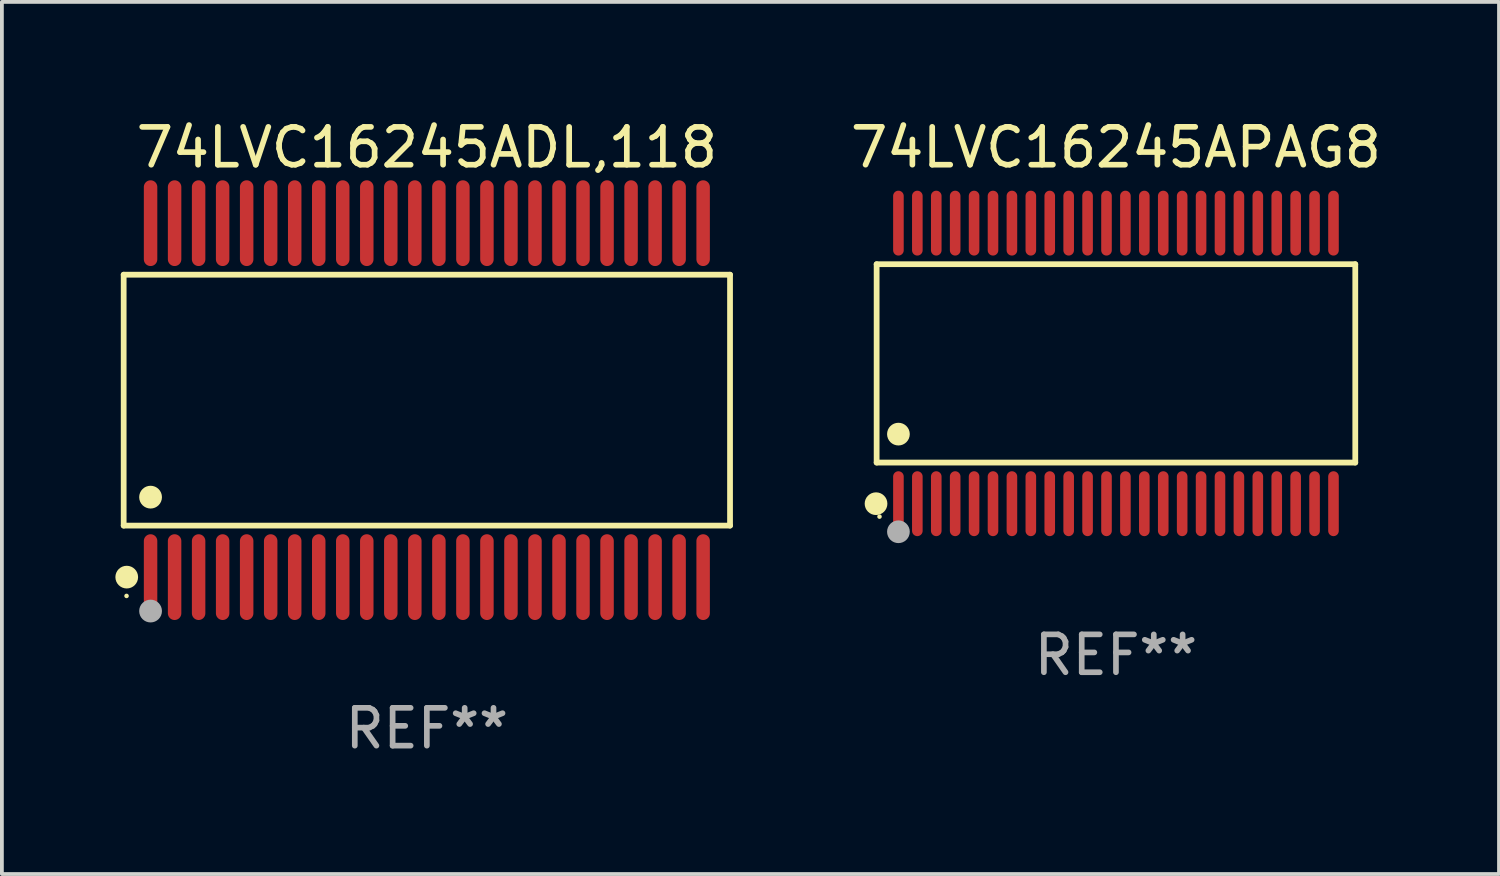
<source format=kicad_pcb>
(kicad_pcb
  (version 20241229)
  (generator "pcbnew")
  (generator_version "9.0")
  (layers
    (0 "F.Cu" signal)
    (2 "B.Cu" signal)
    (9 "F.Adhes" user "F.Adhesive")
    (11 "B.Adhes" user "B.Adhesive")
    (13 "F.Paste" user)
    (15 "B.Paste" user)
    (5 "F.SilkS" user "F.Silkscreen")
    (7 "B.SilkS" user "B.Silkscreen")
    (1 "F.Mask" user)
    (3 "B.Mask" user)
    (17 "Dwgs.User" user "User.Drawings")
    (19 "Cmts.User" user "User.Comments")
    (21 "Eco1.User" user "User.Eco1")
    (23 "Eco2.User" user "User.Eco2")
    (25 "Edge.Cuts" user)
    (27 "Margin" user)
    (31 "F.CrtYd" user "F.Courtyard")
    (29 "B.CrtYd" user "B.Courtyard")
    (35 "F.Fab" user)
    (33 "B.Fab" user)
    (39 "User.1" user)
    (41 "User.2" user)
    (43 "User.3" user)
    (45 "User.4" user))
  (footprint "74LVC16245ADL,118"
    (layer "F.Cu")
    (at 8.233 7.527)
    (property "Reference" "74LVC16245ADL,118" (at 0 -6.678 0) (layer "F.SilkS") (effects (font (size 1 1) (thickness 0.15))))
    (attr through_hole)
    (fp_line (start -8.014 -3.316) (end 8.014 -3.316) (stroke (width 0.152) (type solid)) (layer "F.SilkS"))
    (fp_line (start -8.014 3.316) (end -8.014 -3.316) (stroke (width 0.152) (type solid)) (layer "F.SilkS"))
    (fp_line (start 8.014 -3.316) (end 8.014 3.316) (stroke (width 0.152) (type solid)) (layer "F.SilkS"))
    (fp_line (start 8.014 3.316) (end -8.014 3.316) (stroke (width 0.152) (type solid)) (layer "F.SilkS"))
    (fp_circle (center -7.938 5.175) (end -7.908 5.175) (stroke (width 0.06) (type solid)) (fill no) (layer "F.SilkS"))
    (fp_circle (center -7.933 4.678) (end -7.783 4.678) (stroke (width 0.3) (type solid)) (fill no) (layer "F.SilkS"))
    (fp_circle (center -7.303 2.564) (end -7.152 2.564) (stroke (width 0.3) (type solid)) (fill no) (layer "F.SilkS"))
    (fp_circle (center -7.303 5.575) (end -7.152 5.575) (stroke (width 0.3) (type solid)) (fill no) (layer "F.Fab"))
    (fp_text user "REF**" (at 0 8.678 0) (layer "F.Fab") (effects (font (size 1 1) (thickness 0.15))))
    (pad "1" smd oval (at -7.303 4.678) (size 0.356 2.267) (layers "F.Cu" "F.Mask" "F.Paste"))
    (pad "2" smd oval (at -6.668 4.678) (size 0.356 2.267) (layers "F.Cu" "F.Mask" "F.Paste"))
    (pad "3" smd oval (at -6.033 4.678) (size 0.356 2.267) (layers "F.Cu" "F.Mask" "F.Paste"))
    (pad "4" smd oval (at -5.398 4.678) (size 0.356 2.267) (layers "F.Cu" "F.Mask" "F.Paste"))
    (pad "5" smd oval (at -4.763 4.678) (size 0.356 2.267) (layers "F.Cu" "F.Mask" "F.Paste"))
    (pad "6" smd oval (at -4.128 4.678) (size 0.356 2.267) (layers "F.Cu" "F.Mask" "F.Paste"))
    (pad "7" smd oval (at -3.493 4.678) (size 0.356 2.267) (layers "F.Cu" "F.Mask" "F.Paste"))
    (pad "8" smd oval (at -2.858 4.678) (size 0.356 2.267) (layers "F.Cu" "F.Mask" "F.Paste"))
    (pad "9" smd oval (at -2.223 4.678) (size 0.356 2.267) (layers "F.Cu" "F.Mask" "F.Paste"))
    (pad "10" smd oval (at -1.588 4.678) (size 0.356 2.267) (layers "F.Cu" "F.Mask" "F.Paste"))
    (pad "11" smd oval (at -0.953 4.678) (size 0.356 2.267) (layers "F.Cu" "F.Mask" "F.Paste"))
    (pad "12" smd oval (at -0.318 4.678) (size 0.356 2.267) (layers "F.Cu" "F.Mask" "F.Paste"))
    (pad "13" smd oval (at 0.318 4.678) (size 0.356 2.267) (layers "F.Cu" "F.Mask" "F.Paste"))
    (pad "14" smd oval (at 0.953 4.678) (size 0.356 2.267) (layers "F.Cu" "F.Mask" "F.Paste"))
    (pad "15" smd oval (at 1.588 4.678) (size 0.356 2.267) (layers "F.Cu" "F.Mask" "F.Paste"))
    (pad "16" smd oval (at 2.223 4.678) (size 0.356 2.267) (layers "F.Cu" "F.Mask" "F.Paste"))
    (pad "17" smd oval (at 2.858 4.678) (size 0.356 2.267) (layers "F.Cu" "F.Mask" "F.Paste"))
    (pad "18" smd oval (at 3.493 4.678) (size 0.356 2.267) (layers "F.Cu" "F.Mask" "F.Paste"))
    (pad "19" smd oval (at 4.128 4.678) (size 0.356 2.267) (layers "F.Cu" "F.Mask" "F.Paste"))
    (pad "20" smd oval (at 4.763 4.678) (size 0.356 2.267) (layers "F.Cu" "F.Mask" "F.Paste"))
    (pad "21" smd oval (at 5.398 4.678) (size 0.356 2.267) (layers "F.Cu" "F.Mask" "F.Paste"))
    (pad "22" smd oval (at 6.033 4.678) (size 0.356 2.267) (layers "F.Cu" "F.Mask" "F.Paste"))
    (pad "23" smd oval (at 6.668 4.678) (size 0.356 2.267) (layers "F.Cu" "F.Mask" "F.Paste"))
    (pad "24" smd oval (at 7.303 4.678) (size 0.356 2.267) (layers "F.Cu" "F.Mask" "F.Paste"))
    (pad "25" smd oval (at 7.303 -4.678) (size 0.356 2.267) (layers "F.Cu" "F.Mask" "F.Paste"))
    (pad "26" smd oval (at 6.668 -4.678) (size 0.356 2.267) (layers "F.Cu" "F.Mask" "F.Paste"))
    (pad "27" smd oval (at 6.033 -4.678) (size 0.356 2.267) (layers "F.Cu" "F.Mask" "F.Paste"))
    (pad "28" smd oval (at 5.398 -4.678) (size 0.356 2.267) (layers "F.Cu" "F.Mask" "F.Paste"))
    (pad "29" smd oval (at 4.763 -4.678) (size 0.356 2.267) (layers "F.Cu" "F.Mask" "F.Paste"))
    (pad "30" smd oval (at 4.128 -4.678) (size 0.356 2.267) (layers "F.Cu" "F.Mask" "F.Paste"))
    (pad "31" smd oval (at 3.493 -4.678) (size 0.356 2.267) (layers "F.Cu" "F.Mask" "F.Paste"))
    (pad "32" smd oval (at 2.858 -4.678) (size 0.356 2.267) (layers "F.Cu" "F.Mask" "F.Paste"))
    (pad "33" smd oval (at 2.223 -4.678) (size 0.356 2.267) (layers "F.Cu" "F.Mask" "F.Paste"))
    (pad "34" smd oval (at 1.588 -4.678) (size 0.356 2.267) (layers "F.Cu" "F.Mask" "F.Paste"))
    (pad "35" smd oval (at 0.953 -4.678) (size 0.356 2.267) (layers "F.Cu" "F.Mask" "F.Paste"))
    (pad "36" smd oval (at 0.318 -4.678) (size 0.356 2.267) (layers "F.Cu" "F.Mask" "F.Paste"))
    (pad "37" smd oval (at -0.318 -4.678) (size 0.356 2.267) (layers "F.Cu" "F.Mask" "F.Paste"))
    (pad "38" smd oval (at -0.953 -4.678) (size 0.356 2.267) (layers "F.Cu" "F.Mask" "F.Paste"))
    (pad "39" smd oval (at -1.588 -4.678) (size 0.356 2.267) (layers "F.Cu" "F.Mask" "F.Paste"))
    (pad "40" smd oval (at -2.223 -4.678) (size 0.356 2.267) (layers "F.Cu" "F.Mask" "F.Paste"))
    (pad "41" smd oval (at -2.858 -4.678) (size 0.356 2.267) (layers "F.Cu" "F.Mask" "F.Paste"))
    (pad "42" smd oval (at -3.493 -4.678) (size 0.356 2.267) (layers "F.Cu" "F.Mask" "F.Paste"))
    (pad "43" smd oval (at -4.128 -4.678) (size 0.356 2.267) (layers "F.Cu" "F.Mask" "F.Paste"))
    (pad "44" smd oval (at -4.763 -4.678) (size 0.356 2.267) (layers "F.Cu" "F.Mask" "F.Paste"))
    (pad "45" smd oval (at -5.398 -4.678) (size 0.356 2.267) (layers "F.Cu" "F.Mask" "F.Paste"))
    (pad "46" smd oval (at -6.033 -4.678) (size 0.356 2.267) (layers "F.Cu" "F.Mask" "F.Paste"))
    (pad "47" smd oval (at -6.668 -4.678) (size 0.356 2.267) (layers "F.Cu" "F.Mask" "F.Paste"))
    (pad "48" smd oval (at -7.303 -4.678) (size 0.356 2.267) (layers "F.Cu" "F.Mask" "F.Paste")))
  (footprint "74LVC16245APAG8"
    (layer "F.Cu")
    (at 26.448 6.556)
    (property "Reference" "74LVC16245APAG8" (at 0 -5.708 0) (layer "F.SilkS") (effects (font (size 1 1) (thickness 0.15))))
    (attr through_hole)
    (fp_line (start -6.326 -2.622) (end 6.326 -2.622) (stroke (width 0.152) (type solid)) (layer "F.SilkS"))
    (fp_line (start -6.326 2.621) (end -6.326 -2.622) (stroke (width 0.152) (type solid)) (layer "F.SilkS"))
    (fp_line (start 6.326 -2.622) (end 6.326 2.621) (stroke (width 0.152) (type solid)) (layer "F.SilkS"))
    (fp_line (start 6.326 2.621) (end -6.326 2.621) (stroke (width 0.152) (type solid)) (layer "F.SilkS"))
    (fp_circle (center -6.342 3.708) (end -6.192 3.708) (stroke (width 0.3) (type solid)) (fill no) (layer "F.SilkS"))
    (fp_circle (center -6.25 4.05) (end -6.22 4.05) (stroke (width 0.06) (type solid)) (fill no) (layer "F.SilkS"))
    (fp_circle (center -5.75 1.869) (end -5.6 1.869) (stroke (width 0.3) (type solid)) (fill no) (layer "F.SilkS"))
    (fp_circle (center -5.75 4.45) (end -5.6 4.45) (stroke (width 0.3) (type solid)) (fill no) (layer "F.Fab"))
    (fp_text user "REF**" (at 0 7.708 0) (layer "F.Fab") (effects (font (size 1 1) (thickness 0.15))))
    (pad "1" smd oval (at -5.75 3.708) (size 0.28 1.715) (layers "F.Cu" "F.Mask" "F.Paste"))
    (pad "2" smd oval (at -5.25 3.708) (size 0.28 1.715) (layers "F.Cu" "F.Mask" "F.Paste"))
    (pad "3" smd oval (at -4.75 3.708) (size 0.28 1.715) (layers "F.Cu" "F.Mask" "F.Paste"))
    (pad "4" smd oval (at -4.25 3.708) (size 0.28 1.715) (layers "F.Cu" "F.Mask" "F.Paste"))
    (pad "5" smd oval (at -3.75 3.708) (size 0.28 1.715) (layers "F.Cu" "F.Mask" "F.Paste"))
    (pad "6" smd oval (at -3.25 3.708) (size 0.28 1.715) (layers "F.Cu" "F.Mask" "F.Paste"))
    (pad "7" smd oval (at -2.75 3.708) (size 0.28 1.715) (layers "F.Cu" "F.Mask" "F.Paste"))
    (pad "8" smd oval (at -2.25 3.708) (size 0.28 1.715) (layers "F.Cu" "F.Mask" "F.Paste"))
    (pad "9" smd oval (at -1.75 3.708) (size 0.28 1.715) (layers "F.Cu" "F.Mask" "F.Paste"))
    (pad "10" smd oval (at -1.25 3.708) (size 0.28 1.715) (layers "F.Cu" "F.Mask" "F.Paste"))
    (pad "11" smd oval (at -0.75 3.708) (size 0.28 1.715) (layers "F.Cu" "F.Mask" "F.Paste"))
    (pad "12" smd oval (at -0.25 3.708) (size 0.28 1.715) (layers "F.Cu" "F.Mask" "F.Paste"))
    (pad "13" smd oval (at 0.25 3.708) (size 0.28 1.715) (layers "F.Cu" "F.Mask" "F.Paste"))
    (pad "14" smd oval (at 0.75 3.708) (size 0.28 1.715) (layers "F.Cu" "F.Mask" "F.Paste"))
    (pad "15" smd oval (at 1.25 3.708) (size 0.28 1.715) (layers "F.Cu" "F.Mask" "F.Paste"))
    (pad "16" smd oval (at 1.75 3.708) (size 0.28 1.715) (layers "F.Cu" "F.Mask" "F.Paste"))
    (pad "17" smd oval (at 2.25 3.708) (size 0.28 1.715) (layers "F.Cu" "F.Mask" "F.Paste"))
    (pad "18" smd oval (at 2.75 3.708) (size 0.28 1.715) (layers "F.Cu" "F.Mask" "F.Paste"))
    (pad "19" smd oval (at 3.25 3.708) (size 0.28 1.715) (layers "F.Cu" "F.Mask" "F.Paste"))
    (pad "20" smd oval (at 3.75 3.708) (size 0.28 1.715) (layers "F.Cu" "F.Mask" "F.Paste"))
    (pad "21" smd oval (at 4.25 3.708) (size 0.28 1.715) (layers "F.Cu" "F.Mask" "F.Paste"))
    (pad "22" smd oval (at 4.75 3.708) (size 0.28 1.715) (layers "F.Cu" "F.Mask" "F.Paste"))
    (pad "23" smd oval (at 5.25 3.708) (size 0.28 1.715) (layers "F.Cu" "F.Mask" "F.Paste"))
    (pad "24" smd oval (at 5.75 3.708) (size 0.28 1.715) (layers "F.Cu" "F.Mask" "F.Paste"))
    (pad "25" smd oval (at 5.75 -3.708) (size 0.28 1.715) (layers "F.Cu" "F.Mask" "F.Paste"))
    (pad "26" smd oval (at 5.25 -3.708) (size 0.28 1.715) (layers "F.Cu" "F.Mask" "F.Paste"))
    (pad "27" smd oval (at 4.75 -3.708) (size 0.28 1.715) (layers "F.Cu" "F.Mask" "F.Paste"))
    (pad "28" smd oval (at 4.25 -3.708) (size 0.28 1.715) (layers "F.Cu" "F.Mask" "F.Paste"))
    (pad "29" smd oval (at 3.75 -3.708) (size 0.28 1.715) (layers "F.Cu" "F.Mask" "F.Paste"))
    (pad "30" smd oval (at 3.25 -3.708) (size 0.28 1.715) (layers "F.Cu" "F.Mask" "F.Paste"))
    (pad "31" smd oval (at 2.75 -3.708) (size 0.28 1.715) (layers "F.Cu" "F.Mask" "F.Paste"))
    (pad "32" smd oval (at 2.25 -3.708) (size 0.28 1.715) (layers "F.Cu" "F.Mask" "F.Paste"))
    (pad "33" smd oval (at 1.75 -3.708) (size 0.28 1.715) (layers "F.Cu" "F.Mask" "F.Paste"))
    (pad "34" smd oval (at 1.25 -3.708) (size 0.28 1.715) (layers "F.Cu" "F.Mask" "F.Paste"))
    (pad "35" smd oval (at 0.75 -3.708) (size 0.28 1.715) (layers "F.Cu" "F.Mask" "F.Paste"))
    (pad "36" smd oval (at 0.25 -3.708) (size 0.28 1.715) (layers "F.Cu" "F.Mask" "F.Paste"))
    (pad "37" smd oval (at -0.25 -3.708) (size 0.28 1.715) (layers "F.Cu" "F.Mask" "F.Paste"))
    (pad "38" smd oval (at -0.75 -3.708) (size 0.28 1.715) (layers "F.Cu" "F.Mask" "F.Paste"))
    (pad "39" smd oval (at -1.25 -3.708) (size 0.28 1.715) (layers "F.Cu" "F.Mask" "F.Paste"))
    (pad "40" smd oval (at -1.75 -3.708) (size 0.28 1.715) (layers "F.Cu" "F.Mask" "F.Paste"))
    (pad "41" smd oval (at -2.25 -3.708) (size 0.28 1.715) (layers "F.Cu" "F.Mask" "F.Paste"))
    (pad "42" smd oval (at -2.75 -3.708) (size 0.28 1.715) (layers "F.Cu" "F.Mask" "F.Paste"))
    (pad "43" smd oval (at -3.25 -3.708) (size 0.28 1.715) (layers "F.Cu" "F.Mask" "F.Paste"))
    (pad "44" smd oval (at -3.75 -3.708) (size 0.28 1.715) (layers "F.Cu" "F.Mask" "F.Paste"))
    (pad "45" smd oval (at -4.25 -3.708) (size 0.28 1.715) (layers "F.Cu" "F.Mask" "F.Paste"))
    (pad "46" smd oval (at -4.75 -3.708) (size 0.28 1.715) (layers "F.Cu" "F.Mask" "F.Paste"))
    (pad "47" smd oval (at -5.25 -3.708) (size 0.28 1.715) (layers "F.Cu" "F.Mask" "F.Paste"))
    (pad "48" smd oval (at -5.75 -3.708) (size 0.28 1.715) (layers "F.Cu" "F.Mask" "F.Paste")))
  (gr_rect
    (start -3 -3)
    (end 36.573 20.053)
    (stroke (width 0.1) (type default))
    (fill no)
    (layer "Edge.Cuts")))
</source>
